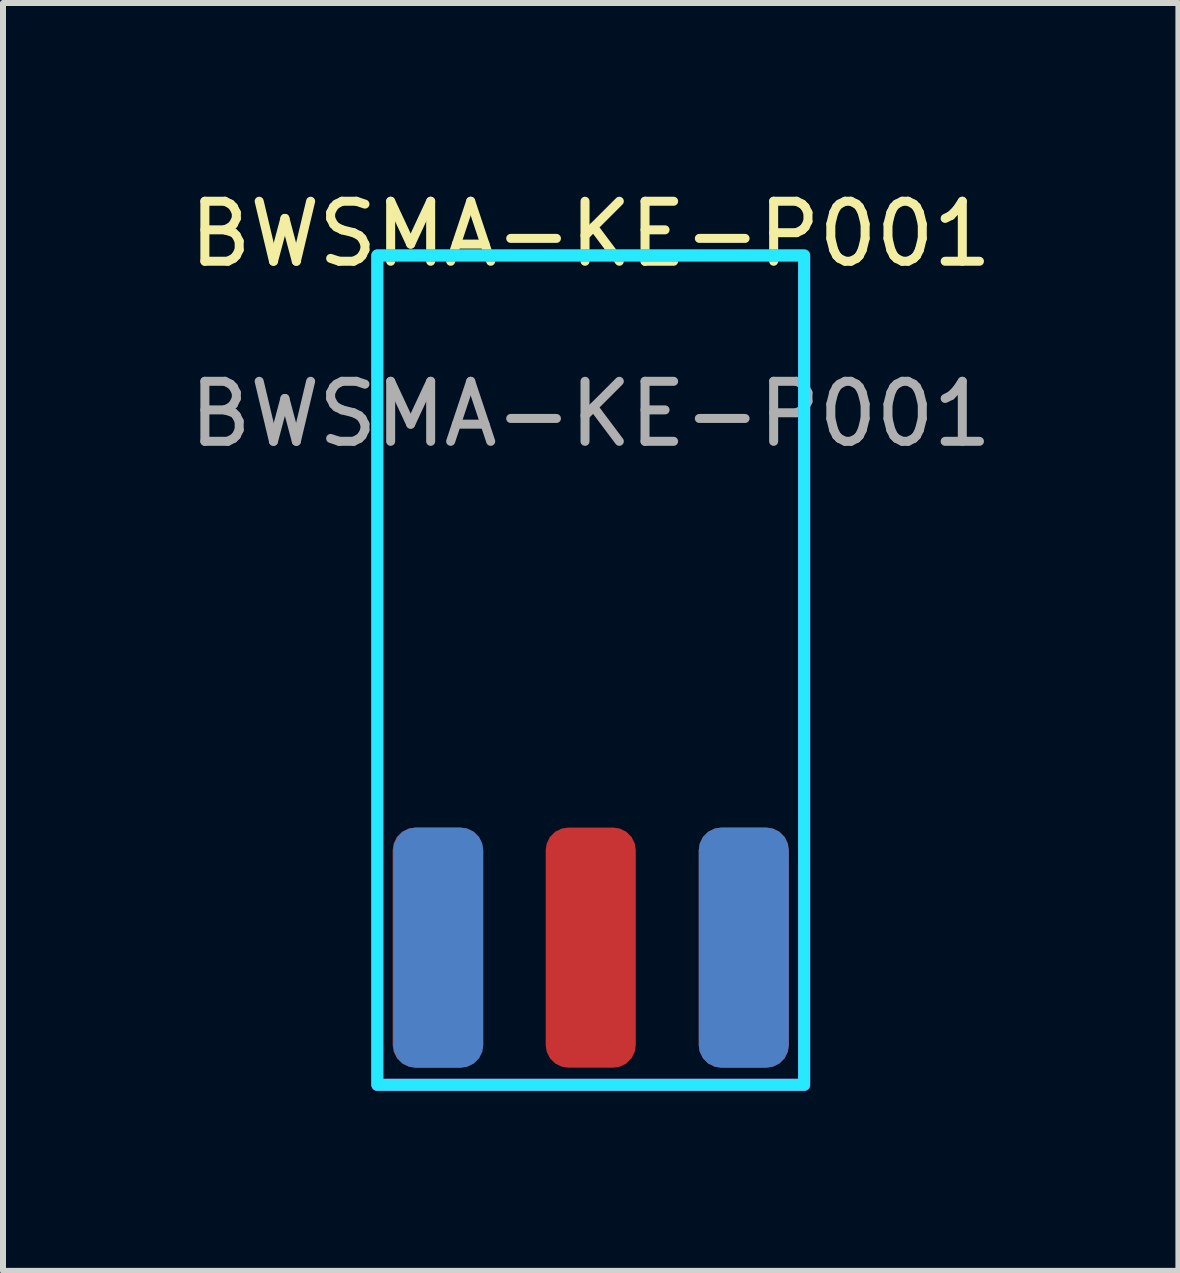
<source format=kicad_pcb>
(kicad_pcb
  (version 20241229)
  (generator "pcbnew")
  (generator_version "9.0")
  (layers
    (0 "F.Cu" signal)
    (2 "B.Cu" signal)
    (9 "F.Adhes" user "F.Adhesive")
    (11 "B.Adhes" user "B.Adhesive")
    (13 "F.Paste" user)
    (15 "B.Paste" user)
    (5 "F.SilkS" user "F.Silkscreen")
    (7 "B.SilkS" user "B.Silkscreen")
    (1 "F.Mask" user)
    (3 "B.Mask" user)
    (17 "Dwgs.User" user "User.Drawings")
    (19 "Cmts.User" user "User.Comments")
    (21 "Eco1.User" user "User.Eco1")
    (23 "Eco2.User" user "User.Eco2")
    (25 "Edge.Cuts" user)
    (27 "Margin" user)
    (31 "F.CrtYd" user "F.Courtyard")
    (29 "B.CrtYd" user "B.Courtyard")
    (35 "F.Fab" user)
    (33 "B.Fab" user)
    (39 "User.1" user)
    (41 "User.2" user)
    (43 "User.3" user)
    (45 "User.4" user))
  (footprint "BWSMA-KE-P001"
    (layer "F.Cu")
    (at 6.792 10.706)
    (property "Reference" "BWSMA-KE-P001" (at 0 -9.858 0) (unlocked yes) (layer "F.SilkS") (effects (font (size 1 1) (thickness 0.15))))
    (attr smd)
    (fp_rect (start -3.556 -9.5) (end 3.556 4.318) (stroke (width 0.2) (type solid)) (fill no) (layer "B.CrtYd"))
    (fp_rect (start -3.556 -9.5) (end 3.556 4.318) (stroke (width 0.2) (type solid)) (fill no) (layer "F.CrtYd"))
    (fp_text user "${REFERENCE}" (at 0 -6.858 0) (unlocked yes) (layer "F.Fab") (effects (font (size 1 1) (thickness 0.15))))
    (pad "1" smd roundrect (at 0 2.032 90) (size 4 1.5) (layers "F.Cu" "F.Mask" "F.Paste") (roundrect_rratio 0.25))
    (pad "2" smd roundrect (at -2.55 2.032 90) (size 4 1.5) (layers "F.Cu" "F.Mask" "F.Paste") (roundrect_rratio 0.25))
    (pad "2" smd roundrect (at -2.54 2.032 90) (size 4 1.5) (layers "B.Cu" "B.Mask" "B.Paste") (roundrect_rratio 0.25))
    (pad "2" smd roundrect (at 2.55 2.032 90) (size 4 1.5) (layers "F.Cu" "F.Mask" "F.Paste") (roundrect_rratio 0.25))
    (pad "2" smd roundrect (at 2.55 2.032 90) (size 4 1.5) (layers "B.Cu" "B.Mask" "B.Paste") (roundrect_rratio 0.25)))
  (gr_rect
    (start -3 -3)
    (end 16.583 18.124)
    (stroke (width 0.1) (type default))
    (fill no)
    (layer "Edge.Cuts")))
</source>
